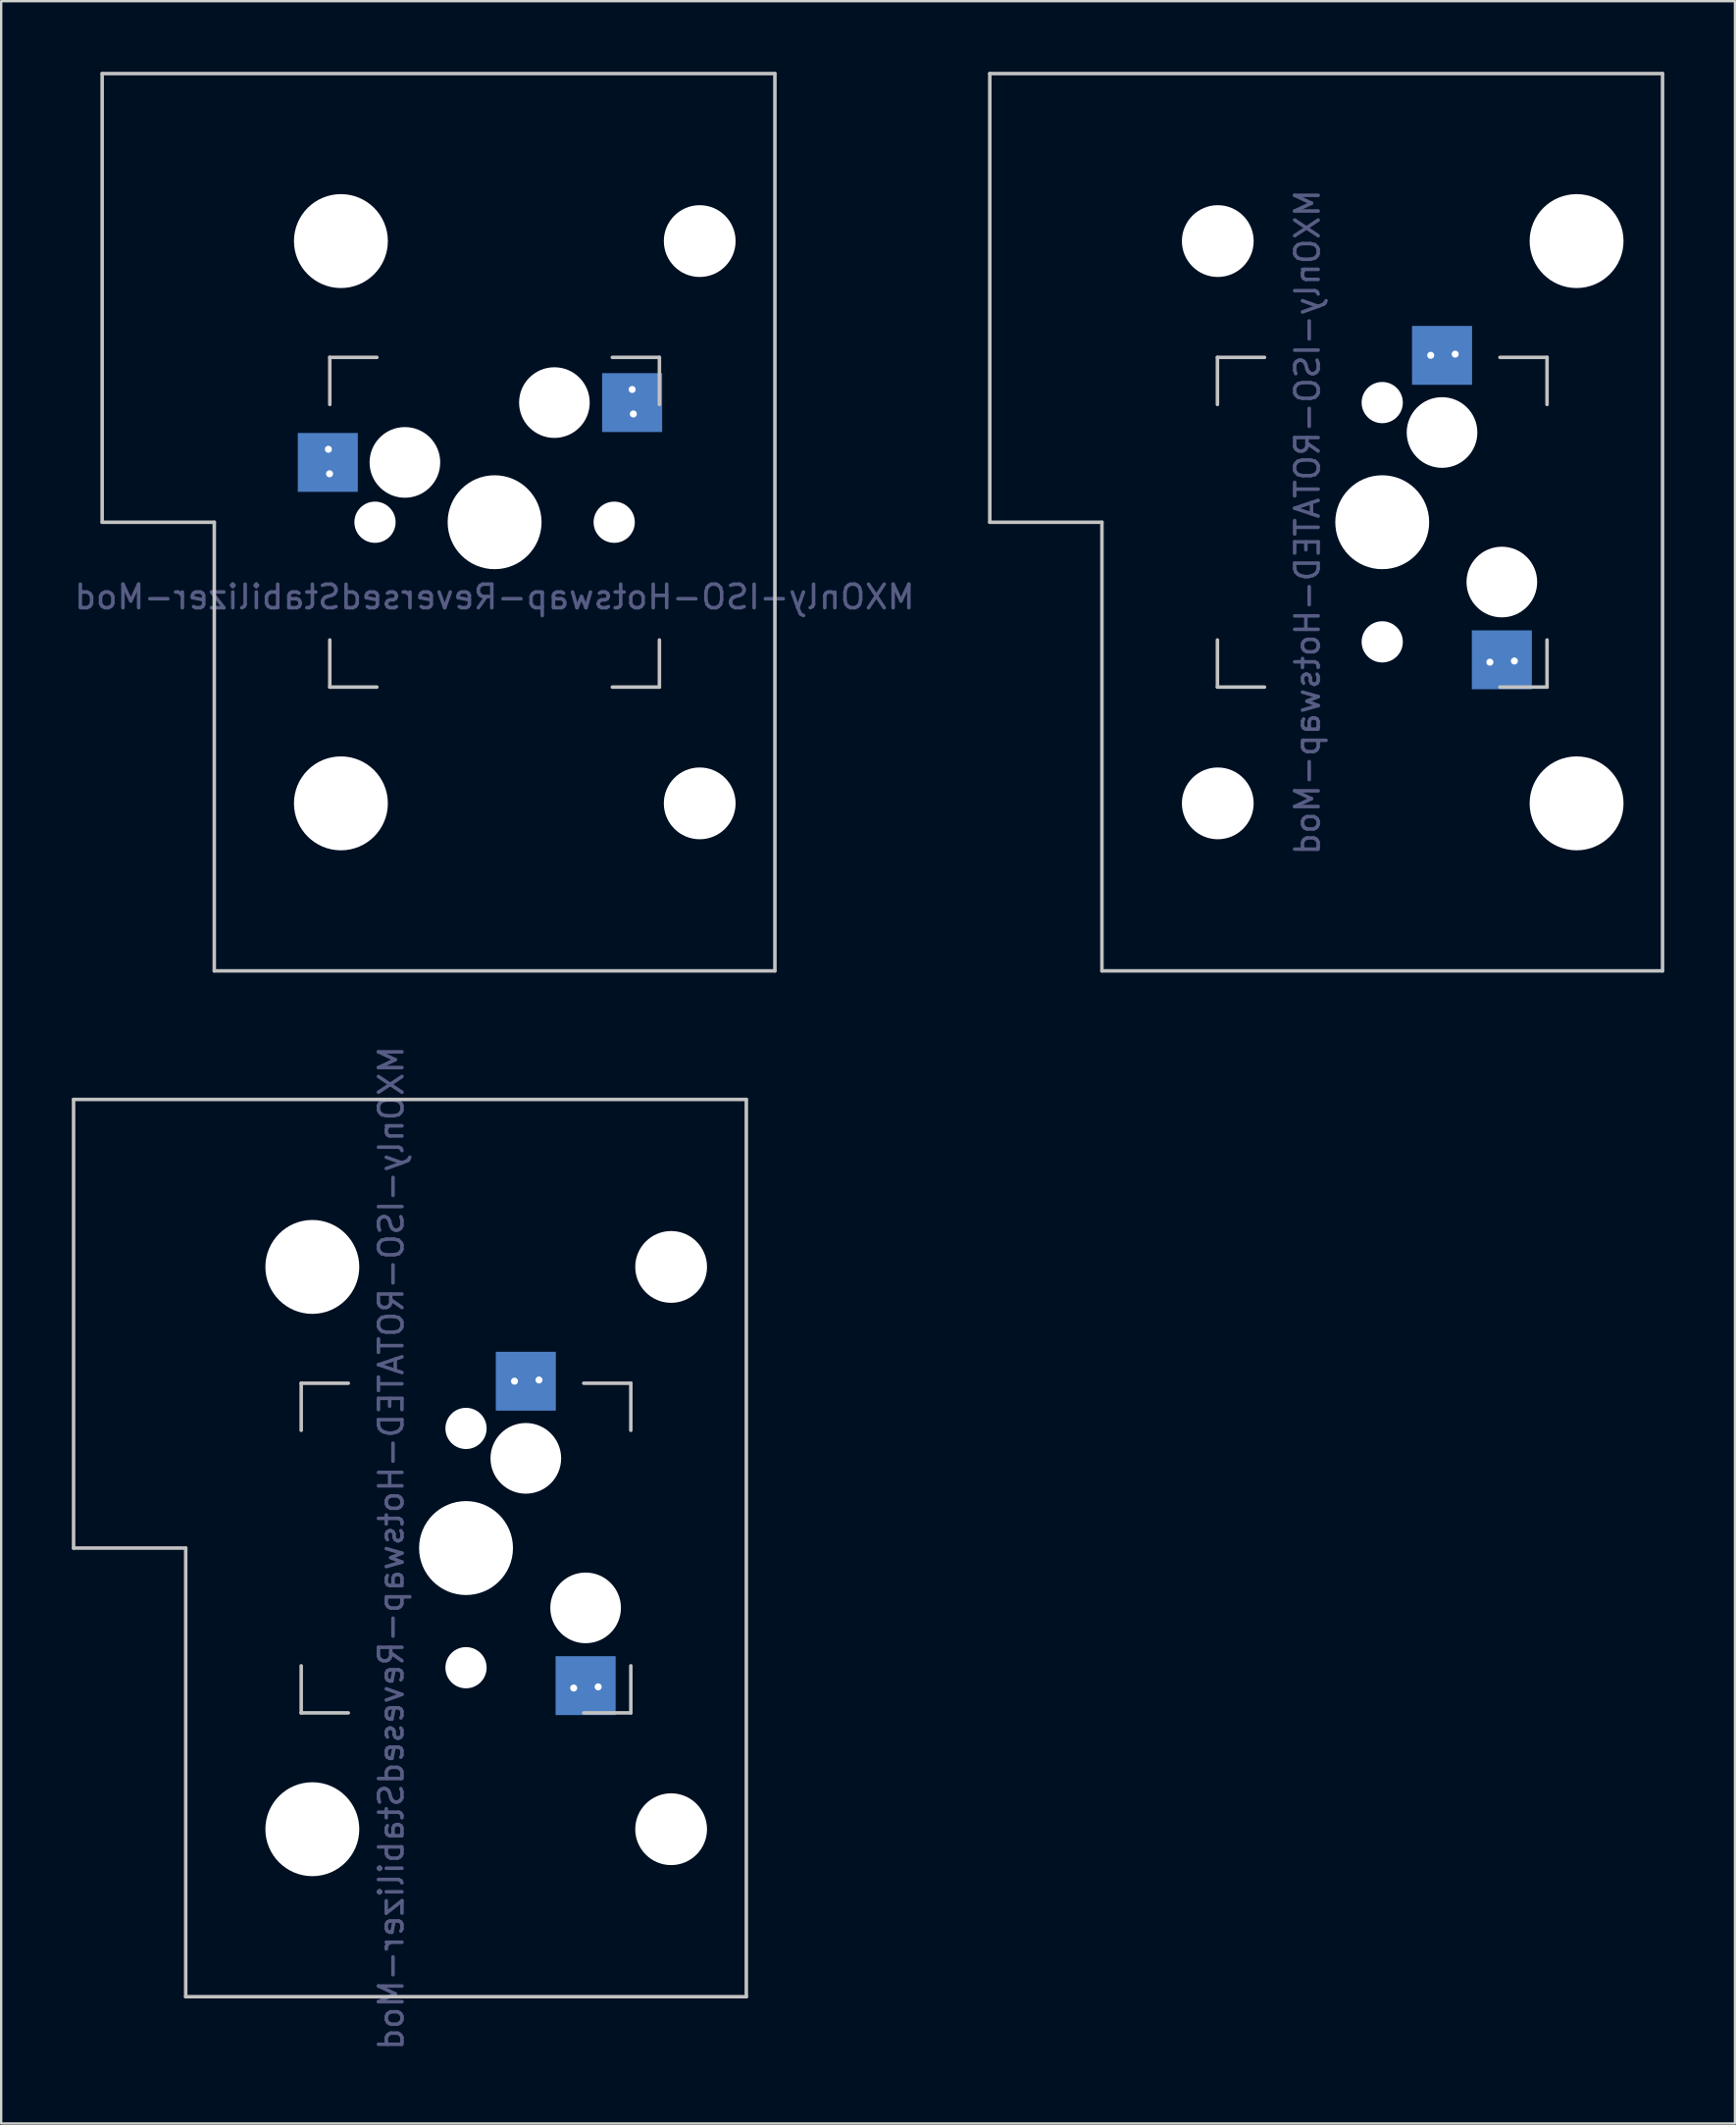
<source format=kicad_pcb>
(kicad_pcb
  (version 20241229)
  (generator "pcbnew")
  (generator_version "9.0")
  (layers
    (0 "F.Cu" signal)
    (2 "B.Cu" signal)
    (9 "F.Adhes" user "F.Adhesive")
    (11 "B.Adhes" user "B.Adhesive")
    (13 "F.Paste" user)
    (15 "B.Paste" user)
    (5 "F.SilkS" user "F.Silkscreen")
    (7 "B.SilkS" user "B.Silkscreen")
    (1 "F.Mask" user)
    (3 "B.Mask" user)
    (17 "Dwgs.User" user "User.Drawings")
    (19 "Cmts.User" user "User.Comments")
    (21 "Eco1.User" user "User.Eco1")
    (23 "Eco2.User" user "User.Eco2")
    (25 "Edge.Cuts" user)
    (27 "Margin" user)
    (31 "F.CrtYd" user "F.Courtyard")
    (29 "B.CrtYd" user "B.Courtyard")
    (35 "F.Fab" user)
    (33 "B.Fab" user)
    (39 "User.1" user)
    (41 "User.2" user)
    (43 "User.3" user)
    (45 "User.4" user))
  (footprint "MXOnly-ISO-ROTATED-Hotswap-RevesedStabilizer-Mod"
    (layer "F.Cu")
    (at 16.744 62.685)
    (property "Reference" "MXOnly-ISO-ROTATED-Hotswap-RevesedStabilizer-Mod" (at -3.175 0 270) (layer "B.Fab") (effects (font (size 1 1) (thickness 0.15)) (justify mirror)))
    (attr through_hole)
    (fp_line (start -16.669 -19.05) (end -16.669 0) (stroke (width 0.15) (type solid)) (layer "Dwgs.User"))
    (fp_line (start -16.669 -19.05) (end 11.906 -19.05) (stroke (width 0.15) (type solid)) (layer "Dwgs.User"))
    (fp_line (start -11.906 0) (end -16.669 0) (stroke (width 0.15) (type solid)) (layer "Dwgs.User"))
    (fp_line (start -11.906 19.05) (end -11.906 0) (stroke (width 0.15) (type solid)) (layer "Dwgs.User"))
    (fp_line (start -11.906 19.05) (end 11.906 19.05) (stroke (width 0.15) (type solid)) (layer "Dwgs.User"))
    (fp_line (start -7 -7) (end -7 -5) (stroke (width 0.15) (type solid)) (layer "Dwgs.User"))
    (fp_line (start -7 5) (end -7 7) (stroke (width 0.15) (type solid)) (layer "Dwgs.User"))
    (fp_line (start -7 7) (end -5 7) (stroke (width 0.15) (type solid)) (layer "Dwgs.User"))
    (fp_line (start -5 -7) (end -7 -7) (stroke (width 0.15) (type solid)) (layer "Dwgs.User"))
    (fp_line (start 5 -7) (end 7 -7) (stroke (width 0.15) (type solid)) (layer "Dwgs.User"))
    (fp_line (start 5 7) (end 7 7) (stroke (width 0.15) (type solid)) (layer "Dwgs.User"))
    (fp_line (start 7 -7) (end 7 -5) (stroke (width 0.15) (type solid)) (layer "Dwgs.User"))
    (fp_line (start 7 7) (end 7 5) (stroke (width 0.15) (type solid)) (layer "Dwgs.User"))
    (fp_line (start 11.906 -19.05) (end 11.906 19.05) (stroke (width 0.15) (type solid)) (layer "Dwgs.User"))
    (pad "" np_thru_hole circle (at -6.528 -11.938 180) (size 3.988 3.988) (drill 3.988) (layers "*.Cu" "*.Mask"))
    (pad "" np_thru_hole circle (at -6.528 11.938 180) (size 3.988 3.988) (drill 3.988) (layers "*.Cu" "*.Mask"))
    (pad "" np_thru_hole circle (at 0 -5.08 48.1) (size 1.75 1.75) (drill 1.75) (layers "*.Cu" "*.Mask"))
    (pad "" np_thru_hole circle (at 0 0) (size 3.988 3.988) (drill 3.988) (layers "*.Cu" "*.Mask"))
    (pad "" np_thru_hole circle (at 0 5.08 48.1) (size 1.75 1.75) (drill 1.75) (layers "*.Cu" "*.Mask"))
    (pad "" np_thru_hole circle (at 2.54 -3.81 270) (size 3 3) (drill 3) (layers "*.Cu" "*.Mask"))
    (pad "" np_thru_hole circle (at 5.08 2.54 270) (size 3 3) (drill 3) (layers "*.Cu" "*.Mask"))
    (pad "" np_thru_hole circle (at 8.712 -11.938 180) (size 3.048 3.048) (drill 3.048) (layers "*.Cu" "*.Mask"))
    (pad "" np_thru_hole circle (at 8.712 11.938 180) (size 3.048 3.048) (drill 3.048) (layers "*.Cu" "*.Mask"))
    (pad "1" thru_hole circle (at 2.059 -7.087 90) (size 0.6 0.6) (drill 0.3) (layers "*.Cu" "*.Mask"))
    (pad "1" smd rect (at 2.54 -7.085 180) (size 2.55 2.5) (layers "B.Cu" "B.Mask" "B.Paste"))
    (pad "1" thru_hole circle (at 3.099 -7.137 90) (size 0.6 0.6) (drill 0.3) (layers "*.Cu" "*.Mask"))
    (pad "2" thru_hole circle (at 4.573 5.943 90) (size 0.6 0.6) (drill 0.3) (layers "*.Cu" "*.Mask"))
    (pad "2" smd rect (at 5.08 5.842) (size 2.55 2.5) (layers "B.Cu" "B.Mask" "B.Paste"))
    (pad "2" thru_hole circle (at 5.613 5.893 90) (size 0.6 0.6) (drill 0.3) (layers "*.Cu" "*.Mask")))
  (footprint "MXOnly-ISO-ROTATED-Hotswap-Mod"
    (layer "F.Cu")
    (at 55.66 19.125)
    (property "Reference" "MXOnly-ISO-ROTATED-Hotswap-Mod" (at -3.175 0 270) (layer "B.Fab") (effects (font (size 1 1) (thickness 0.15)) (justify mirror)))
    (attr through_hole)
    (fp_line (start -16.669 -19.05) (end -16.669 0) (stroke (width 0.15) (type solid)) (layer "Dwgs.User"))
    (fp_line (start -16.669 -19.05) (end 11.906 -19.05) (stroke (width 0.15) (type solid)) (layer "Dwgs.User"))
    (fp_line (start -11.906 0) (end -16.669 0) (stroke (width 0.15) (type solid)) (layer "Dwgs.User"))
    (fp_line (start -11.906 19.05) (end -11.906 0) (stroke (width 0.15) (type solid)) (layer "Dwgs.User"))
    (fp_line (start -11.906 19.05) (end 11.906 19.05) (stroke (width 0.15) (type solid)) (layer "Dwgs.User"))
    (fp_line (start -7 -7) (end -7 -5) (stroke (width 0.15) (type solid)) (layer "Dwgs.User"))
    (fp_line (start -7 5) (end -7 7) (stroke (width 0.15) (type solid)) (layer "Dwgs.User"))
    (fp_line (start -7 7) (end -5 7) (stroke (width 0.15) (type solid)) (layer "Dwgs.User"))
    (fp_line (start -5 -7) (end -7 -7) (stroke (width 0.15) (type solid)) (layer "Dwgs.User"))
    (fp_line (start 5 -7) (end 7 -7) (stroke (width 0.15) (type solid)) (layer "Dwgs.User"))
    (fp_line (start 5 7) (end 7 7) (stroke (width 0.15) (type solid)) (layer "Dwgs.User"))
    (fp_line (start 7 -7) (end 7 -5) (stroke (width 0.15) (type solid)) (layer "Dwgs.User"))
    (fp_line (start 7 7) (end 7 5) (stroke (width 0.15) (type solid)) (layer "Dwgs.User"))
    (fp_line (start 11.906 -19.05) (end 11.906 19.05) (stroke (width 0.15) (type solid)) (layer "Dwgs.User"))
    (pad "" np_thru_hole circle (at -6.985 -11.938) (size 3.048 3.048) (drill 3.048) (layers "*.Cu" "*.Mask"))
    (pad "" np_thru_hole circle (at -6.985 11.938) (size 3.048 3.048) (drill 3.048) (layers "*.Cu" "*.Mask"))
    (pad "" np_thru_hole circle (at 0 -5.08 48.1) (size 1.75 1.75) (drill 1.75) (layers "*.Cu" "*.Mask"))
    (pad "" np_thru_hole circle (at 0 0) (size 3.988 3.988) (drill 3.988) (layers "*.Cu" "*.Mask"))
    (pad "" np_thru_hole circle (at 0 5.08 48.1) (size 1.75 1.75) (drill 1.75) (layers "*.Cu" "*.Mask"))
    (pad "" np_thru_hole circle (at 2.54 -3.81 270) (size 3 3) (drill 3) (layers "*.Cu" "*.Mask"))
    (pad "" np_thru_hole circle (at 5.08 2.54 270) (size 3 3) (drill 3) (layers "*.Cu" "*.Mask"))
    (pad "" np_thru_hole circle (at 8.255 -11.938) (size 3.988 3.988) (drill 3.988) (layers "*.Cu" "*.Mask"))
    (pad "" np_thru_hole circle (at 8.255 11.938) (size 3.988 3.988) (drill 3.988) (layers "*.Cu" "*.Mask"))
    (pad "1" thru_hole circle (at 2.059 -7.087 90) (size 0.6 0.6) (drill 0.3) (layers "*.Cu" "*.Mask"))
    (pad "1" smd rect (at 2.54 -7.085 180) (size 2.55 2.5) (layers "B.Cu" "B.Mask" "B.Paste"))
    (pad "1" thru_hole circle (at 3.099 -7.137 90) (size 0.6 0.6) (drill 0.3) (layers "*.Cu" "*.Mask"))
    (pad "2" thru_hole circle (at 4.573 5.943 90) (size 0.6 0.6) (drill 0.3) (layers "*.Cu" "*.Mask"))
    (pad "2" smd rect (at 5.08 5.842) (size 2.55 2.5) (layers "B.Cu" "B.Mask" "B.Paste"))
    (pad "2" thru_hole circle (at 5.613 5.893 90) (size 0.6 0.6) (drill 0.3) (layers "*.Cu" "*.Mask")))
  (footprint "MXOnly-ISO-Hotswap-ReversedStabilizer-Mod"
    (layer "F.Cu")
    (at 17.958 19.125)
    (property "Reference" "MXOnly-ISO-Hotswap-ReversedStabilizer-Mod" (at 0 3.175 0) (layer "B.Fab") (effects (font (size 1 1) (thickness 0.15)) (justify mirror)))
    (attr through_hole)
    (fp_line (start -16.669 -19.05) (end -16.669 0) (stroke (width 0.15) (type solid)) (layer "Dwgs.User"))
    (fp_line (start -16.669 -19.05) (end 11.906 -19.05) (stroke (width 0.15) (type solid)) (layer "Dwgs.User"))
    (fp_line (start -11.906 0) (end -16.669 0) (stroke (width 0.15) (type solid)) (layer "Dwgs.User"))
    (fp_line (start -11.906 19.05) (end -11.906 0) (stroke (width 0.15) (type solid)) (layer "Dwgs.User"))
    (fp_line (start -11.906 19.05) (end 11.906 19.05) (stroke (width 0.15) (type solid)) (layer "Dwgs.User"))
    (fp_line (start -7 -7) (end -7 -5) (stroke (width 0.15) (type solid)) (layer "Dwgs.User"))
    (fp_line (start -7 5) (end -7 7) (stroke (width 0.15) (type solid)) (layer "Dwgs.User"))
    (fp_line (start -7 7) (end -5 7) (stroke (width 0.15) (type solid)) (layer "Dwgs.User"))
    (fp_line (start -5 -7) (end -7 -7) (stroke (width 0.15) (type solid)) (layer "Dwgs.User"))
    (fp_line (start 5 -7) (end 7 -7) (stroke (width 0.15) (type solid)) (layer "Dwgs.User"))
    (fp_line (start 5 7) (end 7 7) (stroke (width 0.15) (type solid)) (layer "Dwgs.User"))
    (fp_line (start 7 -7) (end 7 -5) (stroke (width 0.15) (type solid)) (layer "Dwgs.User"))
    (fp_line (start 7 7) (end 7 5) (stroke (width 0.15) (type solid)) (layer "Dwgs.User"))
    (fp_line (start 11.906 -19.05) (end 11.906 19.05) (stroke (width 0.15) (type solid)) (layer "Dwgs.User"))
    (pad "" np_thru_hole circle (at -6.528 -11.938 180) (size 3.988 3.988) (drill 3.988) (layers "*.Cu" "*.Mask"))
    (pad "" np_thru_hole circle (at -6.528 11.938 180) (size 3.988 3.988) (drill 3.988) (layers "*.Cu" "*.Mask"))
    (pad "" np_thru_hole circle (at -5.08 0 48.1) (size 1.75 1.75) (drill 1.75) (layers "*.Cu" "*.Mask"))
    (pad "" np_thru_hole circle (at -3.81 -2.54) (size 3 3) (drill 3) (layers "*.Cu" "*.Mask"))
    (pad "" np_thru_hole circle (at 0 0) (size 3.988 3.988) (drill 3.988) (layers "*.Cu" "*.Mask"))
    (pad "" np_thru_hole circle (at 2.54 -5.08) (size 3 3) (drill 3) (layers "*.Cu" "*.Mask"))
    (pad "" np_thru_hole circle (at 5.08 0 48.1) (size 1.75 1.75) (drill 1.75) (layers "*.Cu" "*.Mask"))
    (pad "" np_thru_hole circle (at 8.712 -11.938 180) (size 3.048 3.048) (drill 3.048) (layers "*.Cu" "*.Mask"))
    (pad "" np_thru_hole circle (at 8.712 11.938 180) (size 3.048 3.048) (drill 3.048) (layers "*.Cu" "*.Mask"))
    (pad "1" smd rect (at -7.085 -2.54) (size 2.55 2.5) (layers "B.Cu" "B.Mask" "B.Paste"))
    (pad "1" thru_hole circle (at -7.06 -3.097) (size 0.6 0.6) (drill 0.3) (layers "*.Cu" "*.Mask"))
    (pad "1" thru_hole circle (at -7.01 -2.057) (size 0.6 0.6) (drill 0.3) (layers "*.Cu" "*.Mask"))
    (pad "2" smd rect (at 5.842 -5.08) (size 2.55 2.5) (layers "B.Cu" "B.Mask" "B.Paste"))
    (pad "2" thru_hole circle (at 5.843 -5.637) (size 0.6 0.6) (drill 0.3) (layers "*.Cu" "*.Mask"))
    (pad "2" thru_hole circle (at 5.893 -4.597) (size 0.6 0.6) (drill 0.3) (layers "*.Cu" "*.Mask")))
  (gr_rect
    (start -3 -3)
    (end 70.642 87.119)
    (stroke (width 0.1) (type default))
    (fill no)
    (layer "Edge.Cuts")))
</source>
